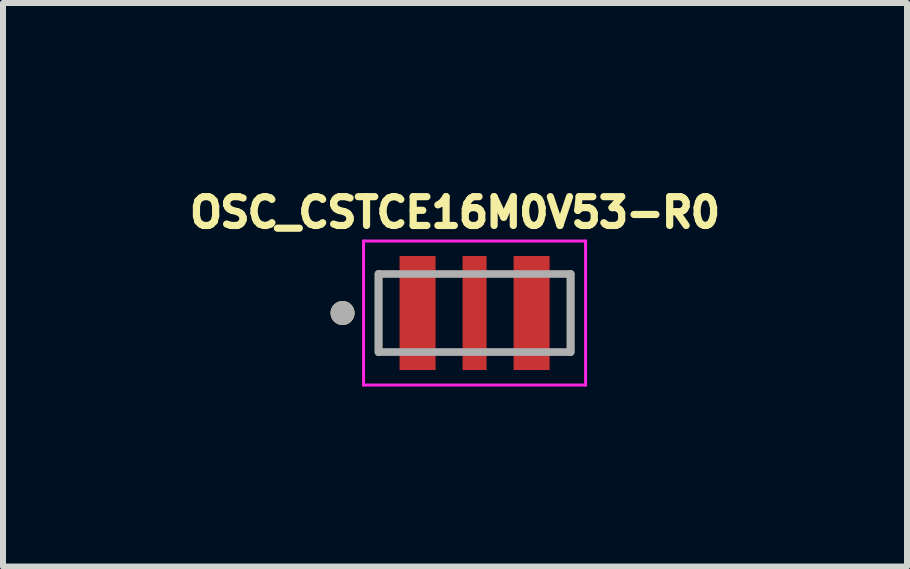
<source format=kicad_pcb>
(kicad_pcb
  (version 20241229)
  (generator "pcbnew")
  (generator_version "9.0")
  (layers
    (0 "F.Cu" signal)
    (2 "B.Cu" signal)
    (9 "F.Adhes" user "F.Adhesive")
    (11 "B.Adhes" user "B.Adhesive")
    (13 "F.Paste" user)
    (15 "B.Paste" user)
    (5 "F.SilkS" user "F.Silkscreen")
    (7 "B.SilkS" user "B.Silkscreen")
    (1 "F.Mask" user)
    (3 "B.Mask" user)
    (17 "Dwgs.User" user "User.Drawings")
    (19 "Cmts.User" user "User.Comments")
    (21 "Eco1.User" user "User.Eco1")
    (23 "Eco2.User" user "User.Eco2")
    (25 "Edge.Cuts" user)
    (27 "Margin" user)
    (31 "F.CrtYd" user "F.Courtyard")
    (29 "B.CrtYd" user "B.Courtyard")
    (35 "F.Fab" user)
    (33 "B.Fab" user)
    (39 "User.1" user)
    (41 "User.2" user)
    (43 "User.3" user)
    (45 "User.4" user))
  (footprint "OSC_CSTCE16M0V53-R0"
    (layer "F.Cu")
    (at 4.858 2.166)
    (property "Reference" "OSC_CSTCE16M0V53-R0" (at -0.326 -1.675 0) (layer "F.SilkS") (effects (font (size 0.48 0.48) (thickness 0.15))))
    (attr smd)
    (fp_line (start -1.6 0.65) (end -1.6 -0.65) (stroke (width 0.127) (type solid)) (layer "F.SilkS"))
    (fp_line (start 1.6 -0.65) (end 1.6 0.65) (stroke (width 0.127) (type solid)) (layer "F.SilkS"))
    (fp_circle (center -2.2 0) (end -2.1 0) (stroke (width 0.2) (type solid)) (fill no) (layer "F.SilkS"))
    (fp_line (start -1.85 -1.2) (end 1.85 -1.2) (stroke (width 0.05) (type solid)) (layer "F.CrtYd"))
    (fp_line (start -1.85 1.2) (end -1.85 -1.2) (stroke (width 0.05) (type solid)) (layer "F.CrtYd"))
    (fp_line (start 1.85 -1.2) (end 1.85 1.2) (stroke (width 0.05) (type solid)) (layer "F.CrtYd"))
    (fp_line (start 1.85 1.2) (end -1.85 1.2) (stroke (width 0.05) (type solid)) (layer "F.CrtYd"))
    (fp_line (start -1.6 -0.65) (end 1.6 -0.65) (stroke (width 0.127) (type solid)) (layer "F.Fab"))
    (fp_line (start -1.6 0.65) (end -1.6 -0.65) (stroke (width 0.127) (type solid)) (layer "F.Fab"))
    (fp_line (start 1.6 -0.65) (end 1.6 0.65) (stroke (width 0.127) (type solid)) (layer "F.Fab"))
    (fp_line (start 1.6 0.65) (end -1.6 0.65) (stroke (width 0.127) (type solid)) (layer "F.Fab"))
    (fp_circle (center -2.2 0) (end -2.1 0) (stroke (width 0.2) (type solid)) (fill no) (layer "F.Fab"))
    (pad "1" smd rect (at -0.95 0) (size 0.6 1.9) (layers "F.Cu" "F.Mask" "F.Paste"))
    (pad "2" smd rect (at 0 0) (size 0.4 1.9) (layers "F.Cu" "F.Mask" "F.Paste"))
    (pad "3" smd rect (at 0.95 0) (size 0.6 1.9) (layers "F.Cu" "F.Mask" "F.Paste")))
  (gr_rect
    (start -3 -3)
    (end 12.064 6.391)
    (stroke (width 0.1) (type default))
    (fill no)
    (layer "Edge.Cuts")))
</source>
